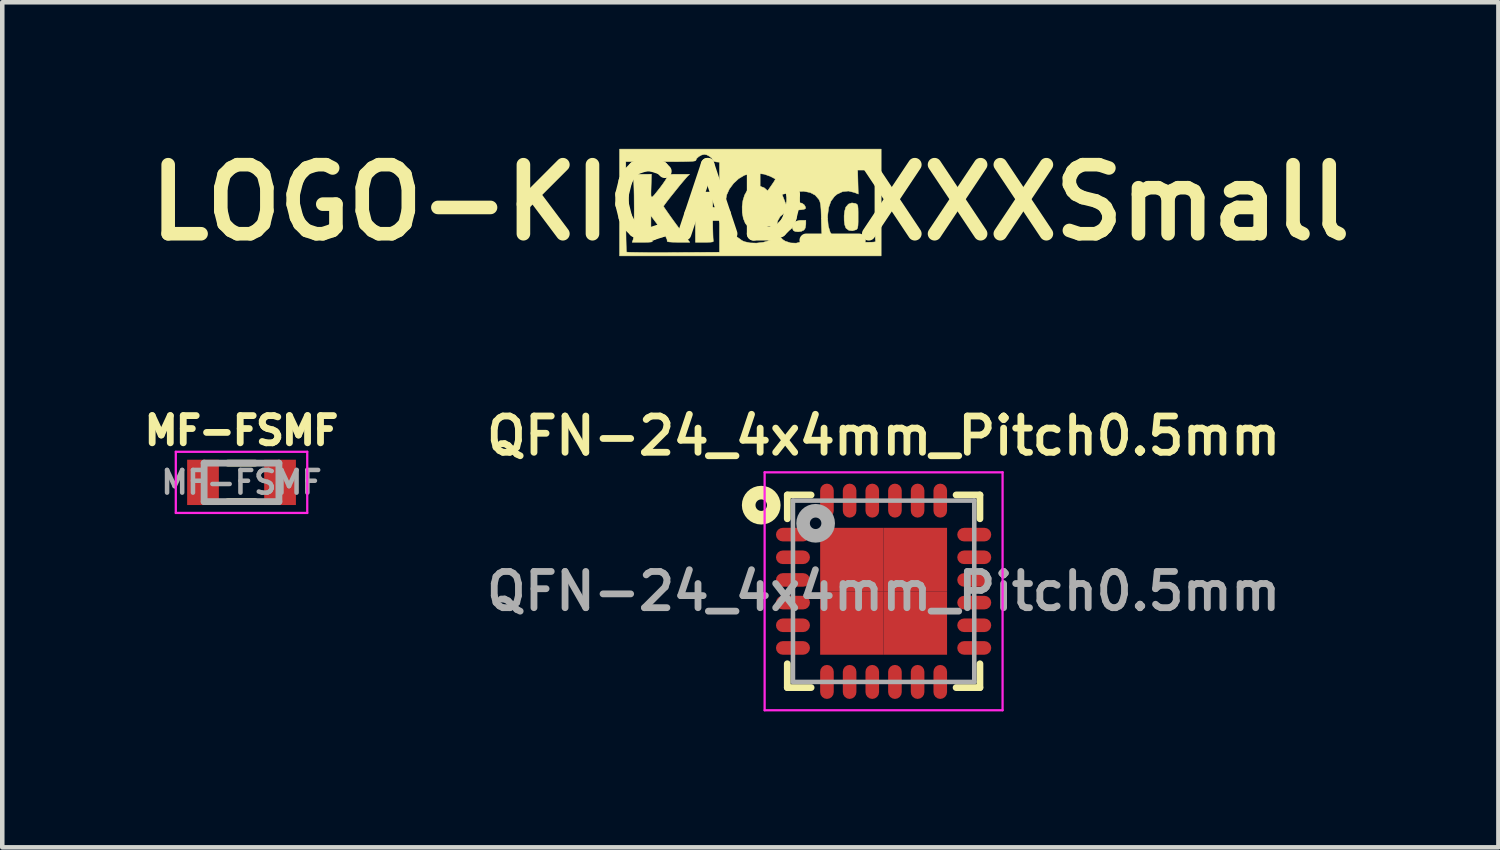
<source format=kicad_pcb>
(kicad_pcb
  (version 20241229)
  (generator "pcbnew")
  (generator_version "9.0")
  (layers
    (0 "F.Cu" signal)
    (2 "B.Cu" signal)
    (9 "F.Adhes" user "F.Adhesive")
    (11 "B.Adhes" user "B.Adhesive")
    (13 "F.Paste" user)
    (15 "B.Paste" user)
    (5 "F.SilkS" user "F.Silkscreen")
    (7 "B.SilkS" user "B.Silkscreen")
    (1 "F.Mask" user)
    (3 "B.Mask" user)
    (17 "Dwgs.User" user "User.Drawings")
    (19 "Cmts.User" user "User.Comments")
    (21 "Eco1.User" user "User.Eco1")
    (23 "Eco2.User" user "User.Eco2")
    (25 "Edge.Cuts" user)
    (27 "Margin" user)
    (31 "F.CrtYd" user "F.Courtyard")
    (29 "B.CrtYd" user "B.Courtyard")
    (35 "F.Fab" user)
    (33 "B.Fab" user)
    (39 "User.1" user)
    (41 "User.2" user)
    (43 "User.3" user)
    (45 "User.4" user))
  (footprint "LOGO-KICAD_XXXSmall"
    (layer "F.Cu")
    (at 13.506 1.418)
    (property "Reference" "LOGO-KICAD_XXXSmall" (at 0 0 0) (layer "F.SilkS") (effects (font (size 1.524 1.524) (thickness 0.3))))
    (attr through_hole)
    (fp_poly (pts (xy 1.224 0.481) (xy 1.21 0.565) (xy 1.182 0.608) (xy 1.127 0.635) (xy 1.056 0.646) (xy 0.988 0.638) (xy 0.951 0.619) (xy 0.93 0.576) (xy 0.924 0.528) (xy 0.944 0.461) (xy 1.002 0.415) (xy 1.094 0.394) (xy 1.125 0.393) (xy 1.224 0.393) (xy 1.224 0.481)) (stroke (width 0.01) (type solid)) (fill yes) (layer "F.SilkS"))
    (fp_poly (pts (xy -1.022 -0.231) (xy -0.831 -0.231) (xy -0.831 0.287) (xy -0.831 0.438) (xy -0.829 0.576) (xy -0.826 0.692) (xy -0.823 0.779) (xy -0.819 0.831) (xy -0.817 0.841) (xy -0.816 0.858) (xy -0.834 0.869) (xy -0.88 0.875) (xy -0.96 0.877) (xy -1.008 0.877) (xy -1.212 0.877) (xy -1.212 -0.231) (xy -1.022 -0.231)) (stroke (width 0.01) (type solid)) (fill yes) (layer "F.SilkS"))
    (fp_poly (pts (xy 2.319 0.022) (xy 2.344 0.034) (xy 2.361 0.05) (xy 2.371 0.079) (xy 2.376 0.131) (xy 2.378 0.213) (xy 2.378 0.31) (xy 2.378 0.426) (xy 2.375 0.504) (xy 2.368 0.552) (xy 2.356 0.581) (xy 2.339 0.597) (xy 2.334 0.6) (xy 2.25 0.624) (xy 2.172 0.613) (xy 2.112 0.568) (xy 2.108 0.562) (xy 2.083 0.495) (xy 2.07 0.399) (xy 2.069 0.292) (xy 2.081 0.19) (xy 2.104 0.109) (xy 2.108 0.101) (xy 2.165 0.035) (xy 2.241 0.009) (xy 2.319 0.022)) (stroke (width 0.01) (type solid)) (fill yes) (layer "F.SilkS"))
    (fp_poly (pts (xy -2.19 -0.352) (xy -2.193 -0.238) (xy -2.193 -0.161) (xy -2.185 -0.123) (xy -2.165 -0.121) (xy -2.128 -0.156) (xy -2.07 -0.227) (xy -1.989 -0.33) (xy -1.927 -0.414) (xy -1.875 -0.49) (xy -1.842 -0.547) (xy -1.833 -0.567) (xy -1.825 -0.592) (xy -1.81 -0.609) (xy -1.779 -0.618) (xy -1.723 -0.622) (xy -1.634 -0.623) (xy -1.58 -0.623) (xy -1.341 -0.623) (xy -1.393 -0.572) (xy -1.428 -0.532) (xy -1.482 -0.469) (xy -1.55 -0.388) (xy -1.624 -0.296) (xy -1.701 -0.2) (xy -1.774 -0.109) (xy -1.837 -0.028) (xy -1.885 0.036) (xy -1.912 0.075) (xy -1.917 0.083) (xy -1.904 0.106) (xy -1.868 0.159) (xy -1.815 0.235) (xy -1.75 0.327) (xy -1.677 0.428) (xy -1.602 0.53) (xy -1.531 0.628) (xy -1.467 0.713) (xy -1.416 0.778) (xy -1.415 0.779) (xy -1.336 0.877) (xy -1.593 0.877) (xy -1.719 0.875) (xy -1.799 0.869) (xy -1.834 0.859) (xy -1.835 0.854) (xy -1.838 0.817) (xy -1.871 0.747) (xy -1.933 0.648) (xy -2.022 0.521) (xy -2.065 0.464) (xy -2.194 0.292) (xy -2.194 0.557) (xy -2.191 0.697) (xy -2.183 0.793) (xy -2.17 0.844) (xy -2.166 0.85) (xy -2.163 0.863) (xy -2.188 0.871) (xy -2.247 0.876) (xy -2.346 0.877) (xy -2.373 0.877) (xy -2.608 0.877) (xy -2.586 0.818) (xy -2.579 0.777) (xy -2.573 0.698) (xy -2.569 0.589) (xy -2.566 0.456) (xy -2.564 0.307) (xy -2.563 0.15) (xy -2.564 -0.009) (xy -2.565 -0.162) (xy -2.568 -0.301) (xy -2.572 -0.42) (xy -2.577 -0.511) (xy -2.583 -0.567) (xy -2.587 -0.579) (xy -2.596 -0.6) (xy -2.589 -0.613) (xy -2.56 -0.62) (xy -2.5 -0.623) (xy -2.403 -0.623) (xy -2.396 -0.623) (xy -2.182 -0.624) (xy -2.19 -0.352)) (stroke (width 0.01) (type solid)) (fill yes) (layer "F.SilkS"))
    (fp_poly (pts (xy 2.886 1.178) (xy -2.886 1.178) (xy -2.886 -0.901) (xy -2.748 -0.901) (xy -2.748 0.089) (xy -2.747 0.298) (xy -2.746 0.493) (xy -2.745 0.669) (xy -2.743 0.82) (xy -2.74 0.943) (xy -2.737 1.033) (xy -2.734 1.083) (xy -2.732 1.093) (xy -2.707 1.096) (xy -2.639 1.099) (xy -2.536 1.101) (xy -2.4 1.103) (xy -2.237 1.104) (xy -2.052 1.104) (xy -1.849 1.104) (xy -1.699 1.103) (xy -0.681 1.097) (xy -0.681 0.122) (xy -0.555 0.122) (xy -0.544 0.278) (xy -0.516 0.421) (xy -0.477 0.526) (xy -0.395 0.653) (xy -0.294 0.761) (xy -0.184 0.84) (xy -0.132 0.864) (xy -0.009 0.891) (xy 0.134 0.896) (xy 0.281 0.879) (xy 0.413 0.842) (xy 0.458 0.823) (xy 0.58 0.76) (xy 0.518 0.651) (xy 0.48 0.587) (xy 0.45 0.54) (xy 0.439 0.524) (xy 0.412 0.524) (xy 0.357 0.543) (xy 0.305 0.568) (xy 0.191 0.611) (xy 0.09 0.611) (xy -0.006 0.569) (xy -0.045 0.54) (xy -0.084 0.492) (xy 0.583 0.492) (xy 0.59 0.617) (xy 0.635 0.729) (xy 0.713 0.817) (xy 0.769 0.853) (xy 0.888 0.892) (xy 1.01 0.897) (xy 1.119 0.87) (xy 1.149 0.855) (xy 1.198 0.828) (xy 1.22 0.827) (xy 1.224 0.843) (xy 1.232 0.86) (xy 1.263 0.871) (xy 1.325 0.876) (xy 1.423 0.877) (xy 1.52 0.876) (xy 1.578 0.871) (xy 1.601 0.862) (xy 1.598 0.849) (xy 1.589 0.816) (xy 1.581 0.744) (xy 1.574 0.64) (xy 1.569 0.511) (xy 1.566 0.416) (xy 1.565 0.347) (xy 1.704 0.347) (xy 1.719 0.517) (xy 1.763 0.661) (xy 1.836 0.774) (xy 1.928 0.848) (xy 2.049 0.891) (xy 2.18 0.896) (xy 2.303 0.863) (xy 2.316 0.857) (xy 2.371 0.832) (xy 2.397 0.831) (xy 2.401 0.845) (xy 2.412 0.862) (xy 2.45 0.872) (xy 2.521 0.877) (xy 2.589 0.877) (xy 2.681 0.876) (xy 2.736 0.872) (xy 2.761 0.862) (xy 2.763 0.846) (xy 2.762 0.841) (xy 2.758 0.81) (xy 2.755 0.738) (xy 2.753 0.632) (xy 2.75 0.496) (xy 2.749 0.338) (xy 2.748 0.162) (xy 2.748 0.044) (xy 2.748 -0.716) (xy 2.557 -0.716) (xy 2.367 -0.716) (xy 2.374 -0.451) (xy 2.381 -0.186) (xy 2.3 -0.22) (xy 2.166 -0.253) (xy 2.037 -0.241) (xy 1.916 -0.185) (xy 1.854 -0.133) (xy 1.777 -0.028) (xy 1.727 0.112) (xy 1.705 0.289) (xy 1.704 0.347) (xy 1.565 0.347) (xy 1.563 0.266) (xy 1.559 0.155) (xy 1.553 0.074) (xy 1.544 0.017) (xy 1.532 -0.026) (xy 1.516 -0.061) (xy 1.512 -0.068) (xy 1.431 -0.162) (xy 1.319 -0.221) (xy 1.176 -0.248) (xy 1.003 -0.24) (xy 0.885 -0.22) (xy 0.699 -0.179) (xy 0.747 -0.058) (xy 0.794 0.063) (xy 0.87 0.031) (xy 0.965 0.005) (xy 1.059 -0.001) (xy 1.138 0.016) (xy 1.188 0.051) (xy 1.216 0.099) (xy 1.218 0.13) (xy 1.188 0.149) (xy 1.121 0.16) (xy 1.042 0.166) (xy 0.876 0.189) (xy 0.749 0.235) (xy 0.658 0.307) (xy 0.603 0.405) (xy 0.583 0.492) (xy -0.084 0.492) (xy -0.112 0.458) (xy -0.156 0.349) (xy -0.179 0.222) (xy -0.181 0.089) (xy -0.164 -0.043) (xy -0.127 -0.163) (xy -0.072 -0.261) (xy 0.001 -0.328) (xy 0.016 -0.335) (xy 0.114 -0.362) (xy 0.215 -0.358) (xy 0.304 -0.325) (xy 0.331 -0.303) (xy 0.381 -0.257) (xy 0.47 -0.384) (xy 0.514 -0.449) (xy 0.543 -0.497) (xy 0.551 -0.518) (xy 0.551 -0.518) (xy 0.527 -0.532) (xy 0.476 -0.559) (xy 0.439 -0.578) (xy 0.307 -0.625) (xy 0.157 -0.644) (xy 0.006 -0.637) (xy -0.128 -0.603) (xy -0.134 -0.6) (xy -0.259 -0.526) (xy -0.372 -0.421) (xy -0.464 -0.297) (xy -0.522 -0.169) (xy -0.522 -0.168) (xy -0.548 -0.032) (xy -0.555 0.122) (xy -0.681 0.122) (xy -0.681 -0.889) (xy -0.756 -0.896) (xy -0.81 -0.91) (xy -0.831 -0.935) (xy -0.851 -0.976) (xy -0.9 -1.018) (xy -0.961 -1.051) (xy -1.016 -1.062) (xy -1.077 -1.048) (xy -1.138 -1.014) (xy -1.185 -0.971) (xy -1.201 -0.934) (xy -1.207 -0.924) (xy -1.227 -0.917) (xy -1.266 -0.911) (xy -1.329 -0.907) (xy -1.418 -0.904) (xy -1.54 -0.902) (xy -1.698 -0.901) (xy -1.896 -0.901) (xy -1.974 -0.901) (xy -2.748 -0.901) (xy -2.886 -0.901) (xy -2.886 -1.178) (xy 2.886 -1.178) (xy 2.886 1.178)) (stroke (width 0.01) (type solid)) (fill yes) (layer "F.SilkS")))
  (footprint "MF-FSMF"
    (layer "F.Cu")
    (at 2.279 7.593)
    (property "Reference" "MF-FSMF" (at 0 -1.143 0) (layer "F.SilkS") (effects (font (size 0.6 0.6) (thickness 0.15))))
    (attr through_hole)
    (fp_line (start -0.3 -0.425) (end 0.3 -0.425) (stroke (width 0.15) (type solid)) (layer "F.SilkS"))
    (fp_line (start -0.3 0.425) (end 0.3 0.425) (stroke (width 0.15) (type solid)) (layer "F.SilkS"))
    (fp_line (start -1.45 -0.675) (end 1.45 -0.675) (stroke (width 0.05) (type solid)) (layer "F.CrtYd"))
    (fp_line (start -1.45 0.675) (end -1.45 -0.675) (stroke (width 0.05) (type solid)) (layer "F.CrtYd"))
    (fp_line (start 1.45 -0.675) (end 1.45 0.675) (stroke (width 0.05) (type solid)) (layer "F.CrtYd"))
    (fp_line (start 1.45 0.675) (end -1.45 0.675) (stroke (width 0.05) (type solid)) (layer "F.CrtYd"))
    (fp_line (start -0.825 -0.425) (end -0.825 0.425) (stroke (width 0.15) (type solid)) (layer "F.Fab"))
    (fp_line (start -0.825 -0.425) (end 0.825 -0.425) (stroke (width 0.15) (type solid)) (layer "F.Fab"))
    (fp_line (start -0.825 0.425) (end 0.825 0.425) (stroke (width 0.15) (type solid)) (layer "F.Fab"))
    (fp_line (start 0.825 -0.425) (end 0.825 0.425) (stroke (width 0.15) (type solid)) (layer "F.Fab"))
    (fp_text user "${REFERENCE}" (at 0 0 180) (layer "F.Fab") (effects (font (size 0.5 0.5) (thickness 0.1))))
    (pad "1" smd rect (at -0.85 0) (size 0.7 1) (layers "F.Cu" "F.Mask" "F.Paste"))
    (pad "2" smd rect (at 0.85 0) (size 0.7 1) (layers "F.Cu" "F.Mask" "F.Paste")))
  (footprint "QFN-24_4x4mm_Pitch0.5mm"
    (layer "F.Cu")
    (at 16.446 9.996)
    (property "Reference" "QFN-24_4x4mm_Pitch0.5mm" (at 0 -3.429 0) (layer "F.SilkS") (effects (font (size 0.8 0.8) (thickness 0.15))))
    (attr smd)
    (fp_line (start -2.125 -2.125) (end -2.125 -1.6) (stroke (width 0.15) (type solid)) (layer "F.SilkS"))
    (fp_line (start -2.125 -2.125) (end -1.6 -2.125) (stroke (width 0.15) (type solid)) (layer "F.SilkS"))
    (fp_line (start -2.125 1.6) (end -2.125 2.125) (stroke (width 0.15) (type solid)) (layer "F.SilkS"))
    (fp_line (start -2.125 2.125) (end -1.6 2.125) (stroke (width 0.15) (type solid)) (layer "F.SilkS"))
    (fp_line (start 1.6 -2.125) (end 2.125 -2.125) (stroke (width 0.15) (type solid)) (layer "F.SilkS"))
    (fp_line (start 1.6 2.125) (end 2.125 2.125) (stroke (width 0.15) (type solid)) (layer "F.SilkS"))
    (fp_line (start 2.125 -1.6) (end 2.125 -2.125) (stroke (width 0.15) (type solid)) (layer "F.SilkS"))
    (fp_line (start 2.125 1.6) (end 2.125 2.125) (stroke (width 0.15) (type solid)) (layer "F.SilkS"))
    (fp_circle (center -2.7 -1.9) (end -2.7 -1.773) (stroke (width 0.3) (type solid)) (fill no) (layer "F.SilkS"))
    (fp_line (start -2.625 -2.625) (end 2.625 -2.625) (stroke (width 0.05) (type solid)) (layer "F.CrtYd"))
    (fp_line (start -2.625 2.625) (end -2.625 -2.625) (stroke (width 0.05) (type solid)) (layer "F.CrtYd"))
    (fp_line (start 2.625 -2.625) (end 2.625 2.625) (stroke (width 0.05) (type solid)) (layer "F.CrtYd"))
    (fp_line (start 2.625 2.625) (end -2.625 2.625) (stroke (width 0.05) (type solid)) (layer "F.CrtYd"))
    (fp_line (start -2 -2) (end -2 2) (stroke (width 0.1) (type solid)) (layer "F.Fab"))
    (fp_line (start -2 -2) (end 2 -2) (stroke (width 0.1) (type solid)) (layer "F.Fab"))
    (fp_line (start 2 2) (end -2 2) (stroke (width 0.1) (type solid)) (layer "F.Fab"))
    (fp_line (start 2 2) (end 2 -2) (stroke (width 0.1) (type solid)) (layer "F.Fab"))
    (fp_circle (center -1.5 -1.5) (end -1.5 -1.373) (stroke (width 0.3) (type solid)) (fill no) (layer "F.Fab"))
    (fp_text user "${REFERENCE}" (at 0 0 0) (layer "F.Fab") (effects (font (size 0.8 0.8) (thickness 0.15))))
    (pad "1" smd roundrect (at -2 -1.25) (size 0.75 0.3) (layers "F.Cu" "F.Mask" "F.Paste") (roundrect_rratio 0.5))
    (pad "2" smd roundrect (at -2 -0.75) (size 0.75 0.3) (layers "F.Cu" "F.Mask" "F.Paste") (roundrect_rratio 0.5))
    (pad "3" smd roundrect (at -2 -0.25) (size 0.75 0.3) (layers "F.Cu" "F.Mask" "F.Paste") (roundrect_rratio 0.5))
    (pad "4" smd roundrect (at -2 0.25) (size 0.75 0.3) (layers "F.Cu" "F.Mask" "F.Paste") (roundrect_rratio 0.5))
    (pad "5" smd roundrect (at -2 0.75) (size 0.75 0.3) (layers "F.Cu" "F.Mask" "F.Paste") (roundrect_rratio 0.5))
    (pad "6" smd roundrect (at -2 1.25 180) (size 0.75 0.3) (layers "F.Cu" "F.Mask" "F.Paste") (roundrect_rratio 0.5))
    (pad "7" smd roundrect (at -1.25 2 90) (size 0.75 0.3) (layers "F.Cu" "F.Mask" "F.Paste") (roundrect_rratio 0.5))
    (pad "8" smd roundrect (at -0.75 2 90) (size 0.75 0.3) (layers "F.Cu" "F.Mask" "F.Paste") (roundrect_rratio 0.5))
    (pad "9" smd roundrect (at -0.25 2 90) (size 0.75 0.3) (layers "F.Cu" "F.Mask" "F.Paste") (roundrect_rratio 0.5))
    (pad "10" smd roundrect (at 0.25 2 90) (size 0.75 0.3) (layers "F.Cu" "F.Mask" "F.Paste") (roundrect_rratio 0.5))
    (pad "11" smd roundrect (at 0.75 2 90) (size 0.75 0.3) (layers "F.Cu" "F.Mask" "F.Paste") (roundrect_rratio 0.5))
    (pad "12" smd roundrect (at 1.25 2 90) (size 0.75 0.3) (layers "F.Cu" "F.Mask" "F.Paste") (roundrect_rratio 0.5))
    (pad "13" smd roundrect (at 2 1.25) (size 0.75 0.3) (layers "F.Cu" "F.Mask" "F.Paste") (roundrect_rratio 0.5))
    (pad "14" smd roundrect (at 2 0.75 180) (size 0.75 0.3) (layers "F.Cu" "F.Mask" "F.Paste") (roundrect_rratio 0.5))
    (pad "15" smd roundrect (at 2 0.25 180) (size 0.75 0.3) (layers "F.Cu" "F.Mask" "F.Paste") (roundrect_rratio 0.5))
    (pad "16" smd roundrect (at 2 -0.25 180) (size 0.75 0.3) (layers "F.Cu" "F.Mask" "F.Paste") (roundrect_rratio 0.5))
    (pad "17" smd roundrect (at 2 -0.75 180) (size 0.75 0.3) (layers "F.Cu" "F.Mask" "F.Paste") (roundrect_rratio 0.5))
    (pad "18" smd roundrect (at 2 -1.25 180) (size 0.75 0.3) (layers "F.Cu" "F.Mask" "F.Paste") (roundrect_rratio 0.5))
    (pad "19" smd roundrect (at 1.25 -2 270) (size 0.75 0.3) (layers "F.Cu" "F.Mask" "F.Paste") (roundrect_rratio 0.5))
    (pad "20" smd roundrect (at 0.75 -2 90) (size 0.75 0.3) (layers "F.Cu" "F.Mask" "F.Paste") (roundrect_rratio 0.5))
    (pad "21" smd roundrect (at 0.25 -2 90) (size 0.75 0.3) (layers "F.Cu" "F.Mask" "F.Paste") (roundrect_rratio 0.5))
    (pad "22" smd roundrect (at -0.25 -2 90) (size 0.75 0.3) (layers "F.Cu" "F.Mask" "F.Paste") (roundrect_rratio 0.5))
    (pad "23" smd roundrect (at -0.75 -2 90) (size 0.75 0.3) (layers "F.Cu" "F.Mask" "F.Paste") (roundrect_rratio 0.5))
    (pad "24" smd roundrect (at -1.25 -2 90) (size 0.75 0.3) (layers "F.Cu" "F.Mask" "F.Paste") (roundrect_rratio 0.5))
    (pad "25" smd rect (at -0.7 -0.7) (size 1.4 1.4) (layers "F.Cu" "F.Mask" "F.Paste"))
    (pad "25" smd rect (at -0.7 0.7) (size 1.4 1.4) (layers "F.Cu" "F.Mask" "F.Paste"))
    (pad "25" smd rect (at 0.7 -0.7) (size 1.4 1.4) (layers "F.Cu" "F.Mask" "F.Paste"))
    (pad "25" smd rect (at 0.7 0.7) (size 1.4 1.4) (layers "F.Cu" "F.Mask" "F.Paste")))
  (gr_rect
    (start -3 -3)
    (end 30.011 15.646)
    (stroke (width 0.1) (type default))
    (fill no)
    (layer "Edge.Cuts")))
</source>
